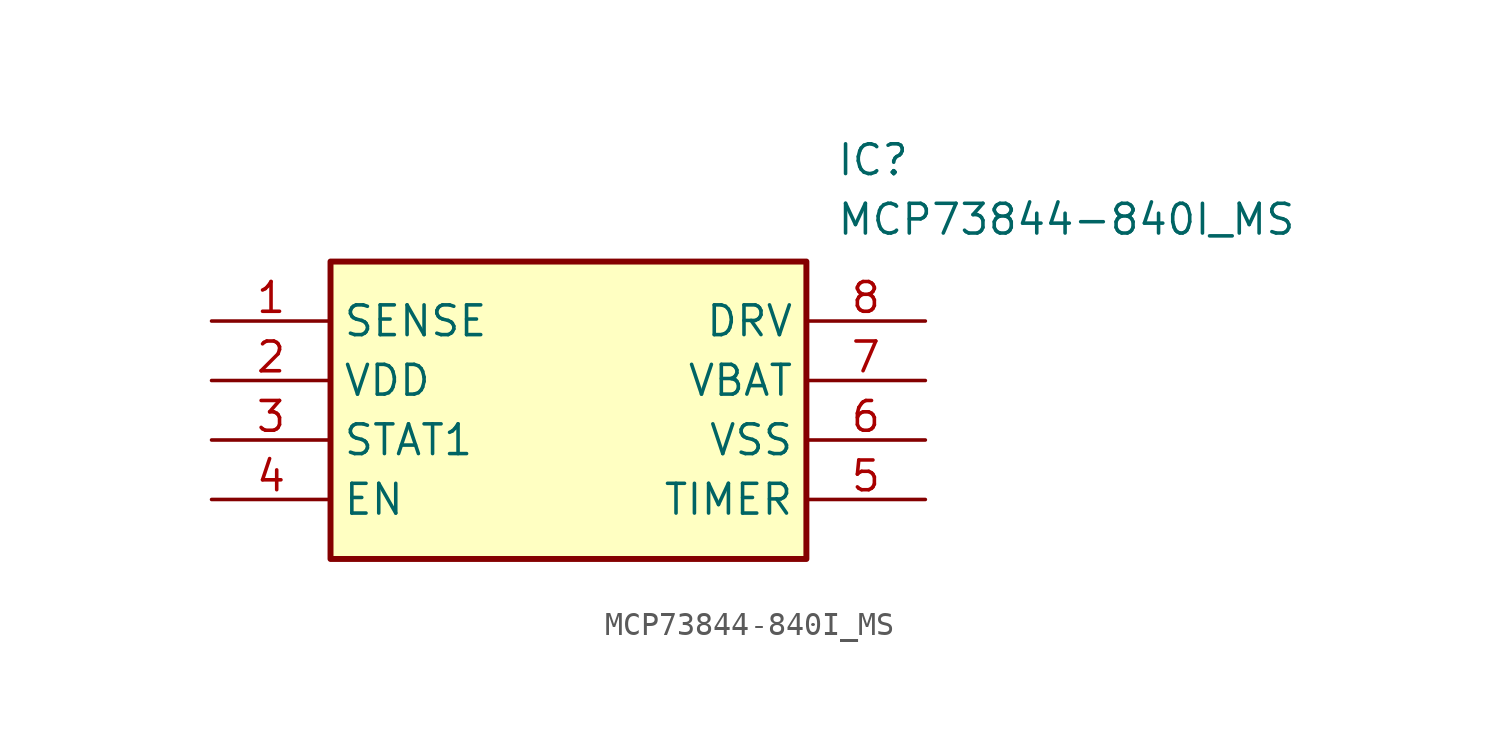
<source format=kicad_sym>
(kicad_symbol_lib
  (version 20211014)
  (generator SamacSys_ECAD_Model)
  (symbol "MCP73844-840I_MS"
    (property "Reference" "IC"
      (at 26.67 7.62 0)
      (effects (font (size 1.27 1.27)) (justify left top)))
    (property "Value" "MCP73844-840I_MS"
      (at 26.67 5.08 0)
      (effects (font (size 1.27 1.27)) (justify left top)))
    (rectangle
      (start 5.08 2.54)
      (end 25.4 -10.16)
      (stroke (width 0.254) (type default))
      (fill (type background)))
    (pin passive line
      (at 0 0 0)
      (length 5.08)
      (name "SENSE" (effects (font (size 1.27 1.27))))
      (number "1" (effects (font (size 1.27 1.27)))))
    (pin passive line
      (at 0 -2.54 0)
      (length 5.08)
      (name "VDD" (effects (font (size 1.27 1.27))))
      (number "2" (effects (font (size 1.27 1.27)))))
    (pin passive line
      (at 0 -5.08 0)
      (length 5.08)
      (name "STAT1" (effects (font (size 1.27 1.27))))
      (number "3" (effects (font (size 1.27 1.27)))))
    (pin passive line
      (at 0 -7.62 0)
      (length 5.08)
      (name "EN" (effects (font (size 1.27 1.27))))
      (number "4" (effects (font (size 1.27 1.27)))))
    (pin passive line
      (at 30.48 0 180)
      (length 5.08)
      (name "DRV" (effects (font (size 1.27 1.27))))
      (number "8" (effects (font (size 1.27 1.27)))))
    (pin passive line
      (at 30.48 -2.54 180)
      (length 5.08)
      (name "VBAT" (effects (font (size 1.27 1.27))))
      (number "7" (effects (font (size 1.27 1.27)))))
    (pin passive line
      (at 30.48 -5.08 180)
      (length 5.08)
      (name "VSS" (effects (font (size 1.27 1.27))))
      (number "6" (effects (font (size 1.27 1.27)))))
    (pin passive line
      (at 30.48 -7.62 180)
      (length 5.08)
      (name "TIMER" (effects (font (size 1.27 1.27))))
      (number "5" (effects (font (size 1.27 1.27)))))))
</source>
